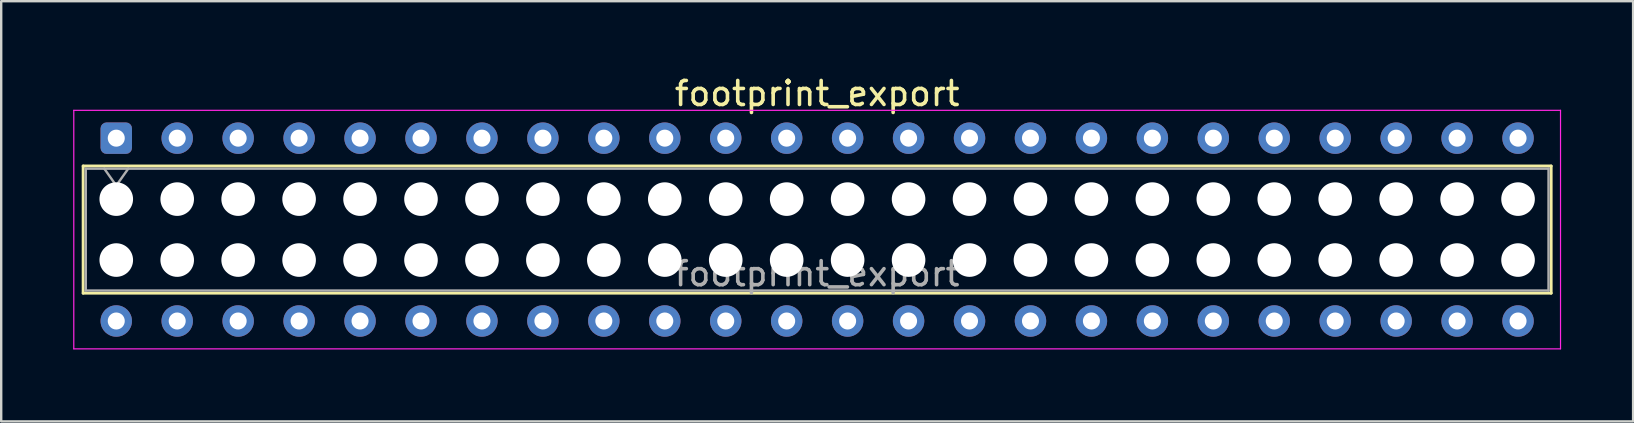
<source format=kicad_pcb>
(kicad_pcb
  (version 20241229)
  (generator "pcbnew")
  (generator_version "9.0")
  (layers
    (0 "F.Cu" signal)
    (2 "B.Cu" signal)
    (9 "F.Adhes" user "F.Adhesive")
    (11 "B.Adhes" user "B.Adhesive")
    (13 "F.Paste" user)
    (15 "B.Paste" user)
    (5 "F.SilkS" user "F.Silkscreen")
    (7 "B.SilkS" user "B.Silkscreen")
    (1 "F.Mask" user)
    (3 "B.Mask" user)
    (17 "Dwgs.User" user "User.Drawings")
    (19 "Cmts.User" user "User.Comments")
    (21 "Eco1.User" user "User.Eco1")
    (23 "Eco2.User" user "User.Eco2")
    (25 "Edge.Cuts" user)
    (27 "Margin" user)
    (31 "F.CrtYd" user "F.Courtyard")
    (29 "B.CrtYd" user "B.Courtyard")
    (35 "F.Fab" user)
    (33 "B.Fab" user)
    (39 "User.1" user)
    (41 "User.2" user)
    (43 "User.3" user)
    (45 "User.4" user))
  (footprint "footprint_export"
    (layer "F.Cu")
    (at 1.795 2.708)
    (property "Reference" "footprint_export" (at 29.21 -1.86 0) (layer "F.SilkS") (effects (font (size 1 1) (thickness 0.15))))
    (attr through_hole)
    (fp_line (start -1.38 1.16) (end 59.8 1.16) (stroke (width 0.12) (type solid)) (layer "F.SilkS"))
    (fp_line (start -1.38 6.46) (end -1.38 1.16) (stroke (width 0.12) (type solid)) (layer "F.SilkS"))
    (fp_line (start 59.8 1.16) (end 59.8 6.46) (stroke (width 0.12) (type solid)) (layer "F.SilkS"))
    (fp_line (start 59.8 6.46) (end -1.38 6.46) (stroke (width 0.12) (type solid)) (layer "F.SilkS"))
    (fp_line (start -1.77 -1.16) (end 60.19 -1.16) (stroke (width 0.05) (type solid)) (layer "F.CrtYd"))
    (fp_line (start -1.77 8.78) (end -1.77 -1.16) (stroke (width 0.05) (type solid)) (layer "F.CrtYd"))
    (fp_line (start 60.19 -1.16) (end 60.19 8.78) (stroke (width 0.05) (type solid)) (layer "F.CrtYd"))
    (fp_line (start 60.19 8.78) (end -1.77 8.78) (stroke (width 0.05) (type solid)) (layer "F.CrtYd"))
    (fp_line (start -1.27 1.27) (end 59.69 1.27) (stroke (width 0.1) (type solid)) (layer "F.Fab"))
    (fp_line (start -1.27 6.35) (end -1.27 1.27) (stroke (width 0.1) (type solid)) (layer "F.Fab"))
    (fp_line (start -0.5 1.27) (end 0 1.977) (stroke (width 0.1) (type solid)) (layer "F.Fab"))
    (fp_line (start 0 1.977) (end 0.5 1.27) (stroke (width 0.1) (type solid)) (layer "F.Fab"))
    (fp_line (start 59.69 1.27) (end 59.69 6.35) (stroke (width 0.1) (type solid)) (layer "F.Fab"))
    (fp_line (start 59.69 6.35) (end -1.27 6.35) (stroke (width 0.1) (type solid)) (layer "F.Fab"))
    (fp_text user "${REFERENCE}" (at 29.21 5.65 0) (layer "F.Fab") (effects (font (size 1 1) (thickness 0.15))))
    (pad "" np_thru_hole circle (at 0 2.54) (size 1.4 1.4) (drill 1.4) (layers "*.Cu" "*.Mask"))
    (pad "" np_thru_hole circle (at 0 5.08) (size 1.4 1.4) (drill 1.4) (layers "*.Cu" "*.Mask"))
    (pad "" np_thru_hole circle (at 2.54 2.54) (size 1.4 1.4) (drill 1.4) (layers "*.Cu" "*.Mask"))
    (pad "" np_thru_hole circle (at 2.54 5.08) (size 1.4 1.4) (drill 1.4) (layers "*.Cu" "*.Mask"))
    (pad "" np_thru_hole circle (at 5.08 2.54) (size 1.4 1.4) (drill 1.4) (layers "*.Cu" "*.Mask"))
    (pad "" np_thru_hole circle (at 5.08 5.08) (size 1.4 1.4) (drill 1.4) (layers "*.Cu" "*.Mask"))
    (pad "" np_thru_hole circle (at 7.62 2.54) (size 1.4 1.4) (drill 1.4) (layers "*.Cu" "*.Mask"))
    (pad "" np_thru_hole circle (at 7.62 5.08) (size 1.4 1.4) (drill 1.4) (layers "*.Cu" "*.Mask"))
    (pad "" np_thru_hole circle (at 10.16 2.54) (size 1.4 1.4) (drill 1.4) (layers "*.Cu" "*.Mask"))
    (pad "" np_thru_hole circle (at 10.16 5.08) (size 1.4 1.4) (drill 1.4) (layers "*.Cu" "*.Mask"))
    (pad "" np_thru_hole circle (at 12.7 2.54) (size 1.4 1.4) (drill 1.4) (layers "*.Cu" "*.Mask"))
    (pad "" np_thru_hole circle (at 12.7 5.08) (size 1.4 1.4) (drill 1.4) (layers "*.Cu" "*.Mask"))
    (pad "" np_thru_hole circle (at 15.24 2.54) (size 1.4 1.4) (drill 1.4) (layers "*.Cu" "*.Mask"))
    (pad "" np_thru_hole circle (at 15.24 5.08) (size 1.4 1.4) (drill 1.4) (layers "*.Cu" "*.Mask"))
    (pad "" np_thru_hole circle (at 17.78 2.54) (size 1.4 1.4) (drill 1.4) (layers "*.Cu" "*.Mask"))
    (pad "" np_thru_hole circle (at 17.78 5.08) (size 1.4 1.4) (drill 1.4) (layers "*.Cu" "*.Mask"))
    (pad "" np_thru_hole circle (at 20.32 2.54) (size 1.4 1.4) (drill 1.4) (layers "*.Cu" "*.Mask"))
    (pad "" np_thru_hole circle (at 20.32 5.08) (size 1.4 1.4) (drill 1.4) (layers "*.Cu" "*.Mask"))
    (pad "" np_thru_hole circle (at 22.86 2.54) (size 1.4 1.4) (drill 1.4) (layers "*.Cu" "*.Mask"))
    (pad "" np_thru_hole circle (at 22.86 5.08) (size 1.4 1.4) (drill 1.4) (layers "*.Cu" "*.Mask"))
    (pad "" np_thru_hole circle (at 25.4 2.54) (size 1.4 1.4) (drill 1.4) (layers "*.Cu" "*.Mask"))
    (pad "" np_thru_hole circle (at 25.4 5.08) (size 1.4 1.4) (drill 1.4) (layers "*.Cu" "*.Mask"))
    (pad "" np_thru_hole circle (at 27.94 2.54) (size 1.4 1.4) (drill 1.4) (layers "*.Cu" "*.Mask"))
    (pad "" np_thru_hole circle (at 27.94 5.08) (size 1.4 1.4) (drill 1.4) (layers "*.Cu" "*.Mask"))
    (pad "" np_thru_hole circle (at 30.48 2.54) (size 1.4 1.4) (drill 1.4) (layers "*.Cu" "*.Mask"))
    (pad "" np_thru_hole circle (at 30.48 5.08) (size 1.4 1.4) (drill 1.4) (layers "*.Cu" "*.Mask"))
    (pad "" np_thru_hole circle (at 33.02 2.54) (size 1.4 1.4) (drill 1.4) (layers "*.Cu" "*.Mask"))
    (pad "" np_thru_hole circle (at 33.02 5.08) (size 1.4 1.4) (drill 1.4) (layers "*.Cu" "*.Mask"))
    (pad "" np_thru_hole circle (at 35.56 2.54) (size 1.4 1.4) (drill 1.4) (layers "*.Cu" "*.Mask"))
    (pad "" np_thru_hole circle (at 35.56 5.08) (size 1.4 1.4) (drill 1.4) (layers "*.Cu" "*.Mask"))
    (pad "" np_thru_hole circle (at 38.1 2.54) (size 1.4 1.4) (drill 1.4) (layers "*.Cu" "*.Mask"))
    (pad "" np_thru_hole circle (at 38.1 5.08) (size 1.4 1.4) (drill 1.4) (layers "*.Cu" "*.Mask"))
    (pad "" np_thru_hole circle (at 40.64 2.54) (size 1.4 1.4) (drill 1.4) (layers "*.Cu" "*.Mask"))
    (pad "" np_thru_hole circle (at 40.64 5.08) (size 1.4 1.4) (drill 1.4) (layers "*.Cu" "*.Mask"))
    (pad "" np_thru_hole circle (at 43.18 2.54) (size 1.4 1.4) (drill 1.4) (layers "*.Cu" "*.Mask"))
    (pad "" np_thru_hole circle (at 43.18 5.08) (size 1.4 1.4) (drill 1.4) (layers "*.Cu" "*.Mask"))
    (pad "" np_thru_hole circle (at 45.72 2.54) (size 1.4 1.4) (drill 1.4) (layers "*.Cu" "*.Mask"))
    (pad "" np_thru_hole circle (at 45.72 5.08) (size 1.4 1.4) (drill 1.4) (layers "*.Cu" "*.Mask"))
    (pad "" np_thru_hole circle (at 48.26 2.54) (size 1.4 1.4) (drill 1.4) (layers "*.Cu" "*.Mask"))
    (pad "" np_thru_hole circle (at 48.26 5.08) (size 1.4 1.4) (drill 1.4) (layers "*.Cu" "*.Mask"))
    (pad "" np_thru_hole circle (at 50.8 2.54) (size 1.4 1.4) (drill 1.4) (layers "*.Cu" "*.Mask"))
    (pad "" np_thru_hole circle (at 50.8 5.08) (size 1.4 1.4) (drill 1.4) (layers "*.Cu" "*.Mask"))
    (pad "" np_thru_hole circle (at 53.34 2.54) (size 1.4 1.4) (drill 1.4) (layers "*.Cu" "*.Mask"))
    (pad "" np_thru_hole circle (at 53.34 5.08) (size 1.4 1.4) (drill 1.4) (layers "*.Cu" "*.Mask"))
    (pad "" np_thru_hole circle (at 55.88 2.54) (size 1.4 1.4) (drill 1.4) (layers "*.Cu" "*.Mask"))
    (pad "" np_thru_hole circle (at 55.88 5.08) (size 1.4 1.4) (drill 1.4) (layers "*.Cu" "*.Mask"))
    (pad "" np_thru_hole circle (at 58.42 2.54) (size 1.4 1.4) (drill 1.4) (layers "*.Cu" "*.Mask"))
    (pad "" np_thru_hole circle (at 58.42 5.08) (size 1.4 1.4) (drill 1.4) (layers "*.Cu" "*.Mask"))
    (pad "1" thru_hole roundrect (at 0 0) (size 1.31 1.31) (drill 0.71) (layers "*.Cu" "*.Mask") (roundrect_rratio 0.191))
    (pad "2" thru_hole circle (at 0 7.62) (size 1.31 1.31) (drill 0.71) (layers "*.Cu" "*.Mask"))
    (pad "3" thru_hole circle (at 2.54 0) (size 1.31 1.31) (drill 0.71) (layers "*.Cu" "*.Mask"))
    (pad "4" thru_hole circle (at 2.54 7.62) (size 1.31 1.31) (drill 0.71) (layers "*.Cu" "*.Mask"))
    (pad "5" thru_hole circle (at 5.08 0) (size 1.31 1.31) (drill 0.71) (layers "*.Cu" "*.Mask"))
    (pad "6" thru_hole circle (at 5.08 7.62) (size 1.31 1.31) (drill 0.71) (layers "*.Cu" "*.Mask"))
    (pad "7" thru_hole circle (at 7.62 0) (size 1.31 1.31) (drill 0.71) (layers "*.Cu" "*.Mask"))
    (pad "8" thru_hole circle (at 7.62 7.62) (size 1.31 1.31) (drill 0.71) (layers "*.Cu" "*.Mask"))
    (pad "9" thru_hole circle (at 10.16 0) (size 1.31 1.31) (drill 0.71) (layers "*.Cu" "*.Mask"))
    (pad "10" thru_hole circle (at 10.16 7.62) (size 1.31 1.31) (drill 0.71) (layers "*.Cu" "*.Mask"))
    (pad "11" thru_hole circle (at 12.7 0) (size 1.31 1.31) (drill 0.71) (layers "*.Cu" "*.Mask"))
    (pad "12" thru_hole circle (at 12.7 7.62) (size 1.31 1.31) (drill 0.71) (layers "*.Cu" "*.Mask"))
    (pad "13" thru_hole circle (at 15.24 0) (size 1.31 1.31) (drill 0.71) (layers "*.Cu" "*.Mask"))
    (pad "14" thru_hole circle (at 15.24 7.62) (size 1.31 1.31) (drill 0.71) (layers "*.Cu" "*.Mask"))
    (pad "15" thru_hole circle (at 17.78 0) (size 1.31 1.31) (drill 0.71) (layers "*.Cu" "*.Mask"))
    (pad "16" thru_hole circle (at 17.78 7.62) (size 1.31 1.31) (drill 0.71) (layers "*.Cu" "*.Mask"))
    (pad "17" thru_hole circle (at 20.32 0) (size 1.31 1.31) (drill 0.71) (layers "*.Cu" "*.Mask"))
    (pad "18" thru_hole circle (at 20.32 7.62) (size 1.31 1.31) (drill 0.71) (layers "*.Cu" "*.Mask"))
    (pad "19" thru_hole circle (at 22.86 0) (size 1.31 1.31) (drill 0.71) (layers "*.Cu" "*.Mask"))
    (pad "20" thru_hole circle (at 22.86 7.62) (size 1.31 1.31) (drill 0.71) (layers "*.Cu" "*.Mask"))
    (pad "21" thru_hole circle (at 25.4 0) (size 1.31 1.31) (drill 0.71) (layers "*.Cu" "*.Mask"))
    (pad "22" thru_hole circle (at 25.4 7.62) (size 1.31 1.31) (drill 0.71) (layers "*.Cu" "*.Mask"))
    (pad "23" thru_hole circle (at 27.94 0) (size 1.31 1.31) (drill 0.71) (layers "*.Cu" "*.Mask"))
    (pad "24" thru_hole circle (at 27.94 7.62) (size 1.31 1.31) (drill 0.71) (layers "*.Cu" "*.Mask"))
    (pad "25" thru_hole circle (at 30.48 0) (size 1.31 1.31) (drill 0.71) (layers "*.Cu" "*.Mask"))
    (pad "26" thru_hole circle (at 30.48 7.62) (size 1.31 1.31) (drill 0.71) (layers "*.Cu" "*.Mask"))
    (pad "27" thru_hole circle (at 33.02 0) (size 1.31 1.31) (drill 0.71) (layers "*.Cu" "*.Mask"))
    (pad "28" thru_hole circle (at 33.02 7.62) (size 1.31 1.31) (drill 0.71) (layers "*.Cu" "*.Mask"))
    (pad "29" thru_hole circle (at 35.56 0) (size 1.31 1.31) (drill 0.71) (layers "*.Cu" "*.Mask"))
    (pad "30" thru_hole circle (at 35.56 7.62) (size 1.31 1.31) (drill 0.71) (layers "*.Cu" "*.Mask"))
    (pad "31" thru_hole circle (at 38.1 0) (size 1.31 1.31) (drill 0.71) (layers "*.Cu" "*.Mask"))
    (pad "32" thru_hole circle (at 38.1 7.62) (size 1.31 1.31) (drill 0.71) (layers "*.Cu" "*.Mask"))
    (pad "33" thru_hole circle (at 40.64 0) (size 1.31 1.31) (drill 0.71) (layers "*.Cu" "*.Mask"))
    (pad "34" thru_hole circle (at 40.64 7.62) (size 1.31 1.31) (drill 0.71) (layers "*.Cu" "*.Mask"))
    (pad "35" thru_hole circle (at 43.18 0) (size 1.31 1.31) (drill 0.71) (layers "*.Cu" "*.Mask"))
    (pad "36" thru_hole circle (at 43.18 7.62) (size 1.31 1.31) (drill 0.71) (layers "*.Cu" "*.Mask"))
    (pad "37" thru_hole circle (at 45.72 0) (size 1.31 1.31) (drill 0.71) (layers "*.Cu" "*.Mask"))
    (pad "38" thru_hole circle (at 45.72 7.62) (size 1.31 1.31) (drill 0.71) (layers "*.Cu" "*.Mask"))
    (pad "39" thru_hole circle (at 48.26 0) (size 1.31 1.31) (drill 0.71) (layers "*.Cu" "*.Mask"))
    (pad "40" thru_hole circle (at 48.26 7.62) (size 1.31 1.31) (drill 0.71) (layers "*.Cu" "*.Mask"))
    (pad "41" thru_hole circle (at 50.8 0) (size 1.31 1.31) (drill 0.71) (layers "*.Cu" "*.Mask"))
    (pad "42" thru_hole circle (at 50.8 7.62) (size 1.31 1.31) (drill 0.71) (layers "*.Cu" "*.Mask"))
    (pad "43" thru_hole circle (at 53.34 0) (size 1.31 1.31) (drill 0.71) (layers "*.Cu" "*.Mask"))
    (pad "44" thru_hole circle (at 53.34 7.62) (size 1.31 1.31) (drill 0.71) (layers "*.Cu" "*.Mask"))
    (pad "45" thru_hole circle (at 55.88 0) (size 1.31 1.31) (drill 0.71) (layers "*.Cu" "*.Mask"))
    (pad "46" thru_hole circle (at 55.88 7.62) (size 1.31 1.31) (drill 0.71) (layers "*.Cu" "*.Mask"))
    (pad "47" thru_hole circle (at 58.42 0) (size 1.31 1.31) (drill 0.71) (layers "*.Cu" "*.Mask"))
    (pad "48" thru_hole circle (at 58.42 7.62) (size 1.31 1.31) (drill 0.71) (layers "*.Cu" "*.Mask")))
  (gr_rect
    (start -3 -3)
    (end 65.01 14.513)
    (stroke (width 0.1) (type default))
    (fill no)
    (layer "Edge.Cuts")))
</source>
